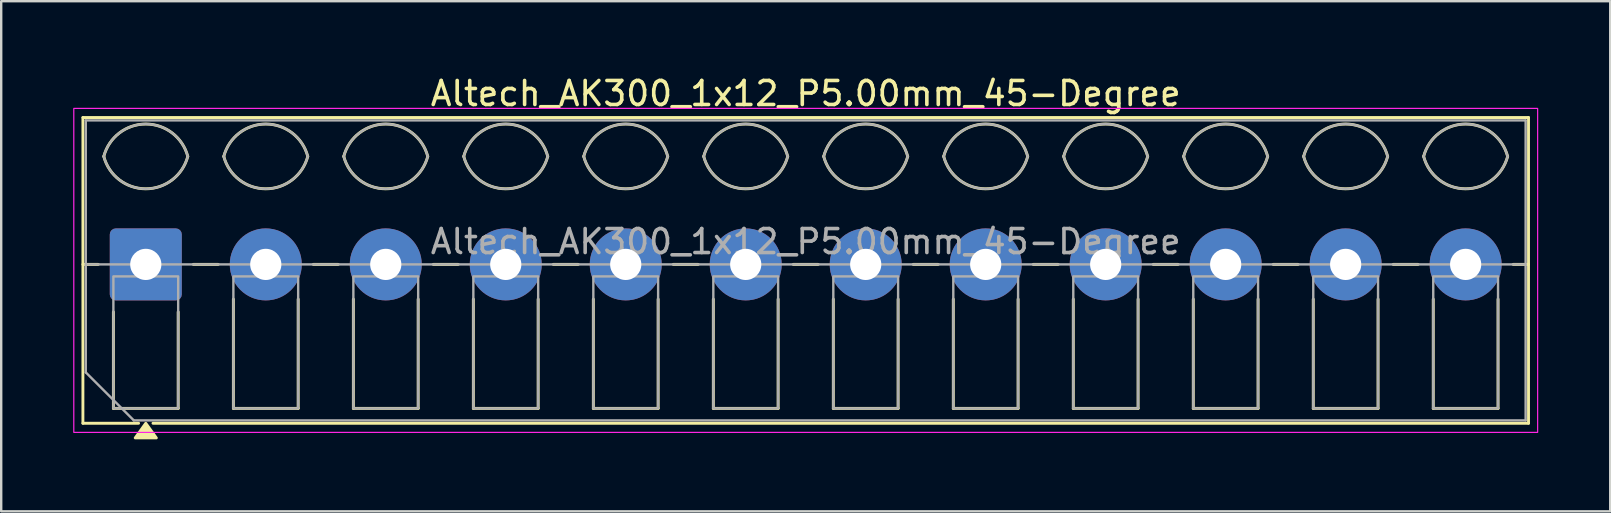
<source format=kicad_pcb>
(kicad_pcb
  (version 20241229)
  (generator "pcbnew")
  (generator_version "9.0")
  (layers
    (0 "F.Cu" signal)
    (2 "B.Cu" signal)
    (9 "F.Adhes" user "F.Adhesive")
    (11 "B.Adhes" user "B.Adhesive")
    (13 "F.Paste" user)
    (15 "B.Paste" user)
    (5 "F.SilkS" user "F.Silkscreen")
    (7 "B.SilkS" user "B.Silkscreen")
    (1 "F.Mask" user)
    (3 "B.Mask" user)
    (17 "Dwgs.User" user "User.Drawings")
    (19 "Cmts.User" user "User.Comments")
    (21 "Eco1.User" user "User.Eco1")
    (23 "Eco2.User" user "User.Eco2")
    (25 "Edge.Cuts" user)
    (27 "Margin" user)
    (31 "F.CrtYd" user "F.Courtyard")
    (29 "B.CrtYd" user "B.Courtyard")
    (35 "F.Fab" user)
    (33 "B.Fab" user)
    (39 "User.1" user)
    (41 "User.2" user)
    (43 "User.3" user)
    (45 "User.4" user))
  (footprint "Altech_AK300_1x12_P5.00mm_45-Degree"
    (layer "F.Cu")
    (at 3.025 7.968)
    (property "Reference" "Altech_AK300_1x12_P5.00mm_45-Degree" (at 27.5 -7.12 0) (layer "F.SilkS") (effects (font (size 1 1) (thickness 0.15))))
    (attr through_hole)
    (fp_line (start -2.62 -6.12) (end 57.62 -6.12) (stroke (width 0.12) (type solid)) (layer "F.SilkS"))
    (fp_line (start -2.62 0) (end -1.98 0) (stroke (width 0.12) (type solid)) (layer "F.SilkS"))
    (fp_line (start -2.62 6.62) (end -2.62 -6.12) (stroke (width 0.12) (type solid)) (layer "F.SilkS"))
    (fp_line (start -1.35 6) (end -1.35 1.98) (stroke (width 0.12) (type solid)) (layer "F.SilkS"))
    (fp_line (start -0.3 6.62) (end -2.62 6.62) (stroke (width 0.12) (type solid)) (layer "F.SilkS"))
    (fp_line (start 1.35 1.98) (end 1.35 6) (stroke (width 0.12) (type solid)) (layer "F.SilkS"))
    (fp_line (start 1.35 6) (end -1.35 6) (stroke (width 0.12) (type solid)) (layer "F.SilkS"))
    (fp_line (start 1.98 0) (end 3.02 0) (stroke (width 0.12) (type solid)) (layer "F.SilkS"))
    (fp_line (start 3.65 6) (end 3.65 1.448) (stroke (width 0.12) (type solid)) (layer "F.SilkS"))
    (fp_line (start 6.35 1.448) (end 6.35 6) (stroke (width 0.12) (type solid)) (layer "F.SilkS"))
    (fp_line (start 6.35 6) (end 3.65 6) (stroke (width 0.12) (type solid)) (layer "F.SilkS"))
    (fp_line (start 6.98 0) (end 8.02 0) (stroke (width 0.12) (type solid)) (layer "F.SilkS"))
    (fp_line (start 8.65 6) (end 8.65 1.448) (stroke (width 0.12) (type solid)) (layer "F.SilkS"))
    (fp_line (start 11.35 1.448) (end 11.35 6) (stroke (width 0.12) (type solid)) (layer "F.SilkS"))
    (fp_line (start 11.35 6) (end 8.65 6) (stroke (width 0.12) (type solid)) (layer "F.SilkS"))
    (fp_line (start 11.98 0) (end 13.02 0) (stroke (width 0.12) (type solid)) (layer "F.SilkS"))
    (fp_line (start 13.65 6) (end 13.65 1.448) (stroke (width 0.12) (type solid)) (layer "F.SilkS"))
    (fp_line (start 16.35 1.448) (end 16.35 6) (stroke (width 0.12) (type solid)) (layer "F.SilkS"))
    (fp_line (start 16.35 6) (end 13.65 6) (stroke (width 0.12) (type solid)) (layer "F.SilkS"))
    (fp_line (start 16.98 0) (end 18.02 0) (stroke (width 0.12) (type solid)) (layer "F.SilkS"))
    (fp_line (start 18.65 6) (end 18.65 1.448) (stroke (width 0.12) (type solid)) (layer "F.SilkS"))
    (fp_line (start 21.35 1.448) (end 21.35 6) (stroke (width 0.12) (type solid)) (layer "F.SilkS"))
    (fp_line (start 21.35 6) (end 18.65 6) (stroke (width 0.12) (type solid)) (layer "F.SilkS"))
    (fp_line (start 21.98 0) (end 23.02 0) (stroke (width 0.12) (type solid)) (layer "F.SilkS"))
    (fp_line (start 23.65 6) (end 23.65 1.448) (stroke (width 0.12) (type solid)) (layer "F.SilkS"))
    (fp_line (start 26.35 1.448) (end 26.35 6) (stroke (width 0.12) (type solid)) (layer "F.SilkS"))
    (fp_line (start 26.35 6) (end 23.65 6) (stroke (width 0.12) (type solid)) (layer "F.SilkS"))
    (fp_line (start 26.98 0) (end 28.02 0) (stroke (width 0.12) (type solid)) (layer "F.SilkS"))
    (fp_line (start 28.65 6) (end 28.65 1.448) (stroke (width 0.12) (type solid)) (layer "F.SilkS"))
    (fp_line (start 31.35 1.448) (end 31.35 6) (stroke (width 0.12) (type solid)) (layer "F.SilkS"))
    (fp_line (start 31.35 6) (end 28.65 6) (stroke (width 0.12) (type solid)) (layer "F.SilkS"))
    (fp_line (start 31.98 0) (end 33.02 0) (stroke (width 0.12) (type solid)) (layer "F.SilkS"))
    (fp_line (start 33.65 6) (end 33.65 1.448) (stroke (width 0.12) (type solid)) (layer "F.SilkS"))
    (fp_line (start 36.35 1.448) (end 36.35 6) (stroke (width 0.12) (type solid)) (layer "F.SilkS"))
    (fp_line (start 36.35 6) (end 33.65 6) (stroke (width 0.12) (type solid)) (layer "F.SilkS"))
    (fp_line (start 36.98 0) (end 38.02 0) (stroke (width 0.12) (type solid)) (layer "F.SilkS"))
    (fp_line (start 38.65 6) (end 38.65 1.448) (stroke (width 0.12) (type solid)) (layer "F.SilkS"))
    (fp_line (start 41.35 1.448) (end 41.35 6) (stroke (width 0.12) (type solid)) (layer "F.SilkS"))
    (fp_line (start 41.35 6) (end 38.65 6) (stroke (width 0.12) (type solid)) (layer "F.SilkS"))
    (fp_line (start 41.98 0) (end 43.02 0) (stroke (width 0.12) (type solid)) (layer "F.SilkS"))
    (fp_line (start 43.65 6) (end 43.65 1.448) (stroke (width 0.12) (type solid)) (layer "F.SilkS"))
    (fp_line (start 46.35 1.448) (end 46.35 6) (stroke (width 0.12) (type solid)) (layer "F.SilkS"))
    (fp_line (start 46.35 6) (end 43.65 6) (stroke (width 0.12) (type solid)) (layer "F.SilkS"))
    (fp_line (start 46.98 0) (end 48.02 0) (stroke (width 0.12) (type solid)) (layer "F.SilkS"))
    (fp_line (start 48.65 6) (end 48.65 1.448) (stroke (width 0.12) (type solid)) (layer "F.SilkS"))
    (fp_line (start 51.35 1.448) (end 51.35 6) (stroke (width 0.12) (type solid)) (layer "F.SilkS"))
    (fp_line (start 51.35 6) (end 48.65 6) (stroke (width 0.12) (type solid)) (layer "F.SilkS"))
    (fp_line (start 51.98 0) (end 53.02 0) (stroke (width 0.12) (type solid)) (layer "F.SilkS"))
    (fp_line (start 53.65 6) (end 53.65 1.448) (stroke (width 0.12) (type solid)) (layer "F.SilkS"))
    (fp_line (start 56.35 1.448) (end 56.35 6) (stroke (width 0.12) (type solid)) (layer "F.SilkS"))
    (fp_line (start 56.35 6) (end 53.65 6) (stroke (width 0.12) (type solid)) (layer "F.SilkS"))
    (fp_line (start 56.98 0) (end 57.62 0) (stroke (width 0.12) (type solid)) (layer "F.SilkS"))
    (fp_line (start 57.62 -6.12) (end 57.62 6.62) (stroke (width 0.12) (type solid)) (layer "F.SilkS"))
    (fp_line (start 57.62 6.62) (end 0.3 6.62) (stroke (width 0.12) (type solid)) (layer "F.SilkS"))
    (fp_arc (start -1.75 -4.5) (mid 0 -5.85) (end 1.75 -4.5) (stroke (width 0.12) (type solid)) (layer "F.SilkS"))
    (fp_arc (start 1.75 -4.5) (mid 0 -3.15) (end -1.75 -4.5) (stroke (width 0.12) (type solid)) (layer "F.SilkS"))
    (fp_arc (start 3.25 -4.5) (mid 5 -5.85) (end 6.75 -4.5) (stroke (width 0.12) (type solid)) (layer "F.SilkS"))
    (fp_arc (start 6.75 -4.5) (mid 5 -3.15) (end 3.25 -4.5) (stroke (width 0.12) (type solid)) (layer "F.SilkS"))
    (fp_arc (start 8.25 -4.5) (mid 10 -5.85) (end 11.75 -4.5) (stroke (width 0.12) (type solid)) (layer "F.SilkS"))
    (fp_arc (start 11.75 -4.5) (mid 10 -3.15) (end 8.25 -4.5) (stroke (width 0.12) (type solid)) (layer "F.SilkS"))
    (fp_arc (start 13.25 -4.5) (mid 15 -5.85) (end 16.75 -4.5) (stroke (width 0.12) (type solid)) (layer "F.SilkS"))
    (fp_arc (start 16.75 -4.5) (mid 15 -3.15) (end 13.25 -4.5) (stroke (width 0.12) (type solid)) (layer "F.SilkS"))
    (fp_arc (start 18.25 -4.5) (mid 20 -5.85) (end 21.75 -4.5) (stroke (width 0.12) (type solid)) (layer "F.SilkS"))
    (fp_arc (start 21.75 -4.5) (mid 20 -3.15) (end 18.25 -4.5) (stroke (width 0.12) (type solid)) (layer "F.SilkS"))
    (fp_arc (start 23.25 -4.5) (mid 25 -5.85) (end 26.75 -4.5) (stroke (width 0.12) (type solid)) (layer "F.SilkS"))
    (fp_arc (start 26.75 -4.5) (mid 25 -3.15) (end 23.25 -4.5) (stroke (width 0.12) (type solid)) (layer "F.SilkS"))
    (fp_arc (start 28.25 -4.5) (mid 30 -5.85) (end 31.75 -4.5) (stroke (width 0.12) (type solid)) (layer "F.SilkS"))
    (fp_arc (start 31.75 -4.5) (mid 30 -3.15) (end 28.25 -4.5) (stroke (width 0.12) (type solid)) (layer "F.SilkS"))
    (fp_arc (start 33.25 -4.5) (mid 35 -5.85) (end 36.75 -4.5) (stroke (width 0.12) (type solid)) (layer "F.SilkS"))
    (fp_arc (start 36.75 -4.5) (mid 35 -3.15) (end 33.25 -4.5) (stroke (width 0.12) (type solid)) (layer "F.SilkS"))
    (fp_arc (start 38.25 -4.5) (mid 40 -5.85) (end 41.75 -4.5) (stroke (width 0.12) (type solid)) (layer "F.SilkS"))
    (fp_arc (start 41.75 -4.5) (mid 40 -3.15) (end 38.25 -4.5) (stroke (width 0.12) (type solid)) (layer "F.SilkS"))
    (fp_arc (start 43.25 -4.5) (mid 45 -5.85) (end 46.75 -4.5) (stroke (width 0.12) (type solid)) (layer "F.SilkS"))
    (fp_arc (start 46.75 -4.5) (mid 45 -3.15) (end 43.25 -4.5) (stroke (width 0.12) (type solid)) (layer "F.SilkS"))
    (fp_arc (start 48.25 -4.5) (mid 50 -5.85) (end 51.75 -4.5) (stroke (width 0.12) (type solid)) (layer "F.SilkS"))
    (fp_arc (start 51.75 -4.5) (mid 50 -3.15) (end 48.25 -4.5) (stroke (width 0.12) (type solid)) (layer "F.SilkS"))
    (fp_arc (start 53.25 -4.5) (mid 55 -5.85) (end 56.75 -4.5) (stroke (width 0.12) (type solid)) (layer "F.SilkS"))
    (fp_arc (start 56.75 -4.5) (mid 55 -3.15) (end 53.25 -4.5) (stroke (width 0.12) (type solid)) (layer "F.SilkS"))
    (fp_poly (pts (xy 0 6.62) (xy 0.44 7.23) (xy -0.44 7.23)) (stroke (width 0.12) (type solid)) (fill yes) (layer "F.SilkS"))
    (fp_rect (start -3 -6.5) (end 58 7) (stroke (width 0.05) (type solid)) (fill no) (layer "F.CrtYd"))
    (fp_line (start -2.5 -6) (end 57.5 -6) (stroke (width 0.1) (type solid)) (layer "F.Fab"))
    (fp_line (start -2.5 0) (end 57.5 0) (stroke (width 0.1) (type solid)) (layer "F.Fab"))
    (fp_line (start -2.5 4.5) (end -2.5 -6) (stroke (width 0.1) (type solid)) (layer "F.Fab"))
    (fp_line (start -0.5 6.5) (end -2.5 4.5) (stroke (width 0.1) (type solid)) (layer "F.Fab"))
    (fp_line (start 57.5 -6) (end 57.5 6.5) (stroke (width 0.1) (type solid)) (layer "F.Fab"))
    (fp_line (start 57.5 6.5) (end -0.5 6.5) (stroke (width 0.1) (type solid)) (layer "F.Fab"))
    (fp_rect (start -1.35 0.5) (end 1.35 6) (stroke (width 0.1) (type solid)) (fill no) (layer "F.Fab"))
    (fp_rect (start 3.65 0.5) (end 6.35 6) (stroke (width 0.1) (type solid)) (fill no) (layer "F.Fab"))
    (fp_rect (start 8.65 0.5) (end 11.351 6) (stroke (width 0.1) (type solid)) (fill no) (layer "F.Fab"))
    (fp_rect (start 13.65 0.5) (end 16.351 6) (stroke (width 0.1) (type solid)) (fill no) (layer "F.Fab"))
    (fp_rect (start 18.65 0.5) (end 21.35 6) (stroke (width 0.1) (type solid)) (fill no) (layer "F.Fab"))
    (fp_rect (start 23.65 0.5) (end 26.35 6) (stroke (width 0.1) (type solid)) (fill no) (layer "F.Fab"))
    (fp_rect (start 28.65 0.5) (end 31.35 6) (stroke (width 0.1) (type solid)) (fill no) (layer "F.Fab"))
    (fp_rect (start 33.65 0.5) (end 36.35 6) (stroke (width 0.1) (type solid)) (fill no) (layer "F.Fab"))
    (fp_rect (start 38.65 0.5) (end 41.35 6) (stroke (width 0.1) (type solid)) (fill no) (layer "F.Fab"))
    (fp_rect (start 43.65 0.5) (end 46.35 6) (stroke (width 0.1) (type solid)) (fill no) (layer "F.Fab"))
    (fp_rect (start 48.65 0.5) (end 51.35 6) (stroke (width 0.1) (type solid)) (fill no) (layer "F.Fab"))
    (fp_rect (start 53.65 0.5) (end 56.35 6) (stroke (width 0.1) (type solid)) (fill no) (layer "F.Fab"))
    (fp_arc (start -1.75 -4.5) (mid 0 -5.85) (end 1.75 -4.5) (stroke (width 0.1) (type solid)) (layer "F.Fab"))
    (fp_arc (start 1.75 -4.5) (mid 0 -3.15) (end -1.75 -4.5) (stroke (width 0.1) (type solid)) (layer "F.Fab"))
    (fp_arc (start 3.25 -4.5) (mid 5 -5.85) (end 6.75 -4.5) (stroke (width 0.1) (type solid)) (layer "F.Fab"))
    (fp_arc (start 6.75 -4.5) (mid 5 -3.15) (end 3.25 -4.5) (stroke (width 0.1) (type solid)) (layer "F.Fab"))
    (fp_arc (start 8.25 -4.5) (mid 10 -5.85) (end 11.75 -4.5) (stroke (width 0.1) (type solid)) (layer "F.Fab"))
    (fp_arc (start 11.75 -4.5) (mid 10 -3.15) (end 8.25 -4.5) (stroke (width 0.1) (type solid)) (layer "F.Fab"))
    (fp_arc (start 13.25 -4.5) (mid 15 -5.85) (end 16.75 -4.5) (stroke (width 0.1) (type solid)) (layer "F.Fab"))
    (fp_arc (start 16.75 -4.5) (mid 15 -3.15) (end 13.25 -4.5) (stroke (width 0.1) (type solid)) (layer "F.Fab"))
    (fp_arc (start 18.25 -4.5) (mid 20 -5.85) (end 21.75 -4.5) (stroke (width 0.1) (type solid)) (layer "F.Fab"))
    (fp_arc (start 21.75 -4.5) (mid 20 -3.15) (end 18.25 -4.5) (stroke (width 0.1) (type solid)) (layer "F.Fab"))
    (fp_arc (start 23.25 -4.5) (mid 25 -5.85) (end 26.75 -4.5) (stroke (width 0.1) (type solid)) (layer "F.Fab"))
    (fp_arc (start 26.75 -4.5) (mid 25 -3.15) (end 23.25 -4.5) (stroke (width 0.1) (type solid)) (layer "F.Fab"))
    (fp_arc (start 28.25 -4.5) (mid 30 -5.85) (end 31.75 -4.5) (stroke (width 0.1) (type solid)) (layer "F.Fab"))
    (fp_arc (start 31.75 -4.5) (mid 30 -3.15) (end 28.25 -4.5) (stroke (width 0.1) (type solid)) (layer "F.Fab"))
    (fp_arc (start 33.25 -4.5) (mid 35 -5.85) (end 36.75 -4.5) (stroke (width 0.1) (type solid)) (layer "F.Fab"))
    (fp_arc (start 36.75 -4.5) (mid 35 -3.15) (end 33.25 -4.5) (stroke (width 0.1) (type solid)) (layer "F.Fab"))
    (fp_arc (start 38.25 -4.5) (mid 40 -5.85) (end 41.75 -4.5) (stroke (width 0.1) (type solid)) (layer "F.Fab"))
    (fp_arc (start 41.75 -4.5) (mid 40 -3.15) (end 38.25 -4.5) (stroke (width 0.1) (type solid)) (layer "F.Fab"))
    (fp_arc (start 43.25 -4.5) (mid 45 -5.85) (end 46.75 -4.5) (stroke (width 0.1) (type solid)) (layer "F.Fab"))
    (fp_arc (start 46.75 -4.5) (mid 45 -3.15) (end 43.25 -4.5) (stroke (width 0.1) (type solid)) (layer "F.Fab"))
    (fp_arc (start 48.25 -4.5) (mid 50 -5.85) (end 51.75 -4.5) (stroke (width 0.1) (type solid)) (layer "F.Fab"))
    (fp_arc (start 51.75 -4.5) (mid 50 -3.15) (end 48.25 -4.5) (stroke (width 0.1) (type solid)) (layer "F.Fab"))
    (fp_arc (start 53.25 -4.5) (mid 55 -5.85) (end 56.75 -4.5) (stroke (width 0.1) (type solid)) (layer "F.Fab"))
    (fp_arc (start 56.75 -4.5) (mid 55 -3.15) (end 53.25 -4.5) (stroke (width 0.1) (type solid)) (layer "F.Fab"))
    (fp_text user "${REFERENCE}" (at 27.5 -0.95 0) (layer "F.Fab") (effects (font (size 1 1) (thickness 0.15))))
    (pad "1" thru_hole roundrect (at 0 0) (size 3 3) (drill 1.3) (layers "*.Cu" "*.Mask") (roundrect_rratio 0.083))
    (pad "2" thru_hole circle (at 5 0) (size 3 3) (drill 1.3) (layers "*.Cu" "*.Mask"))
    (pad "3" thru_hole circle (at 10 0) (size 3 3) (drill 1.3) (layers "*.Cu" "*.Mask"))
    (pad "4" thru_hole circle (at 15 0) (size 3 3) (drill 1.3) (layers "*.Cu" "*.Mask"))
    (pad "5" thru_hole circle (at 20 0) (size 3 3) (drill 1.3) (layers "*.Cu" "*.Mask"))
    (pad "6" thru_hole circle (at 25 0) (size 3 3) (drill 1.3) (layers "*.Cu" "*.Mask"))
    (pad "7" thru_hole circle (at 30 0) (size 3 3) (drill 1.3) (layers "*.Cu" "*.Mask"))
    (pad "8" thru_hole circle (at 35 0) (size 3 3) (drill 1.3) (layers "*.Cu" "*.Mask"))
    (pad "9" thru_hole circle (at 40 0) (size 3 3) (drill 1.3) (layers "*.Cu" "*.Mask"))
    (pad "10" thru_hole circle (at 45 0) (size 3 3) (drill 1.3) (layers "*.Cu" "*.Mask"))
    (pad "11" thru_hole circle (at 50 0) (size 3 3) (drill 1.3) (layers "*.Cu" "*.Mask"))
    (pad "12" thru_hole circle (at 55 0) (size 3 3) (drill 1.3) (layers "*.Cu" "*.Mask")))
  (gr_rect
    (start -3 -3)
    (end 64.05 18.258)
    (stroke (width 0.1) (type default))
    (fill no)
    (layer "Edge.Cuts")))
</source>
